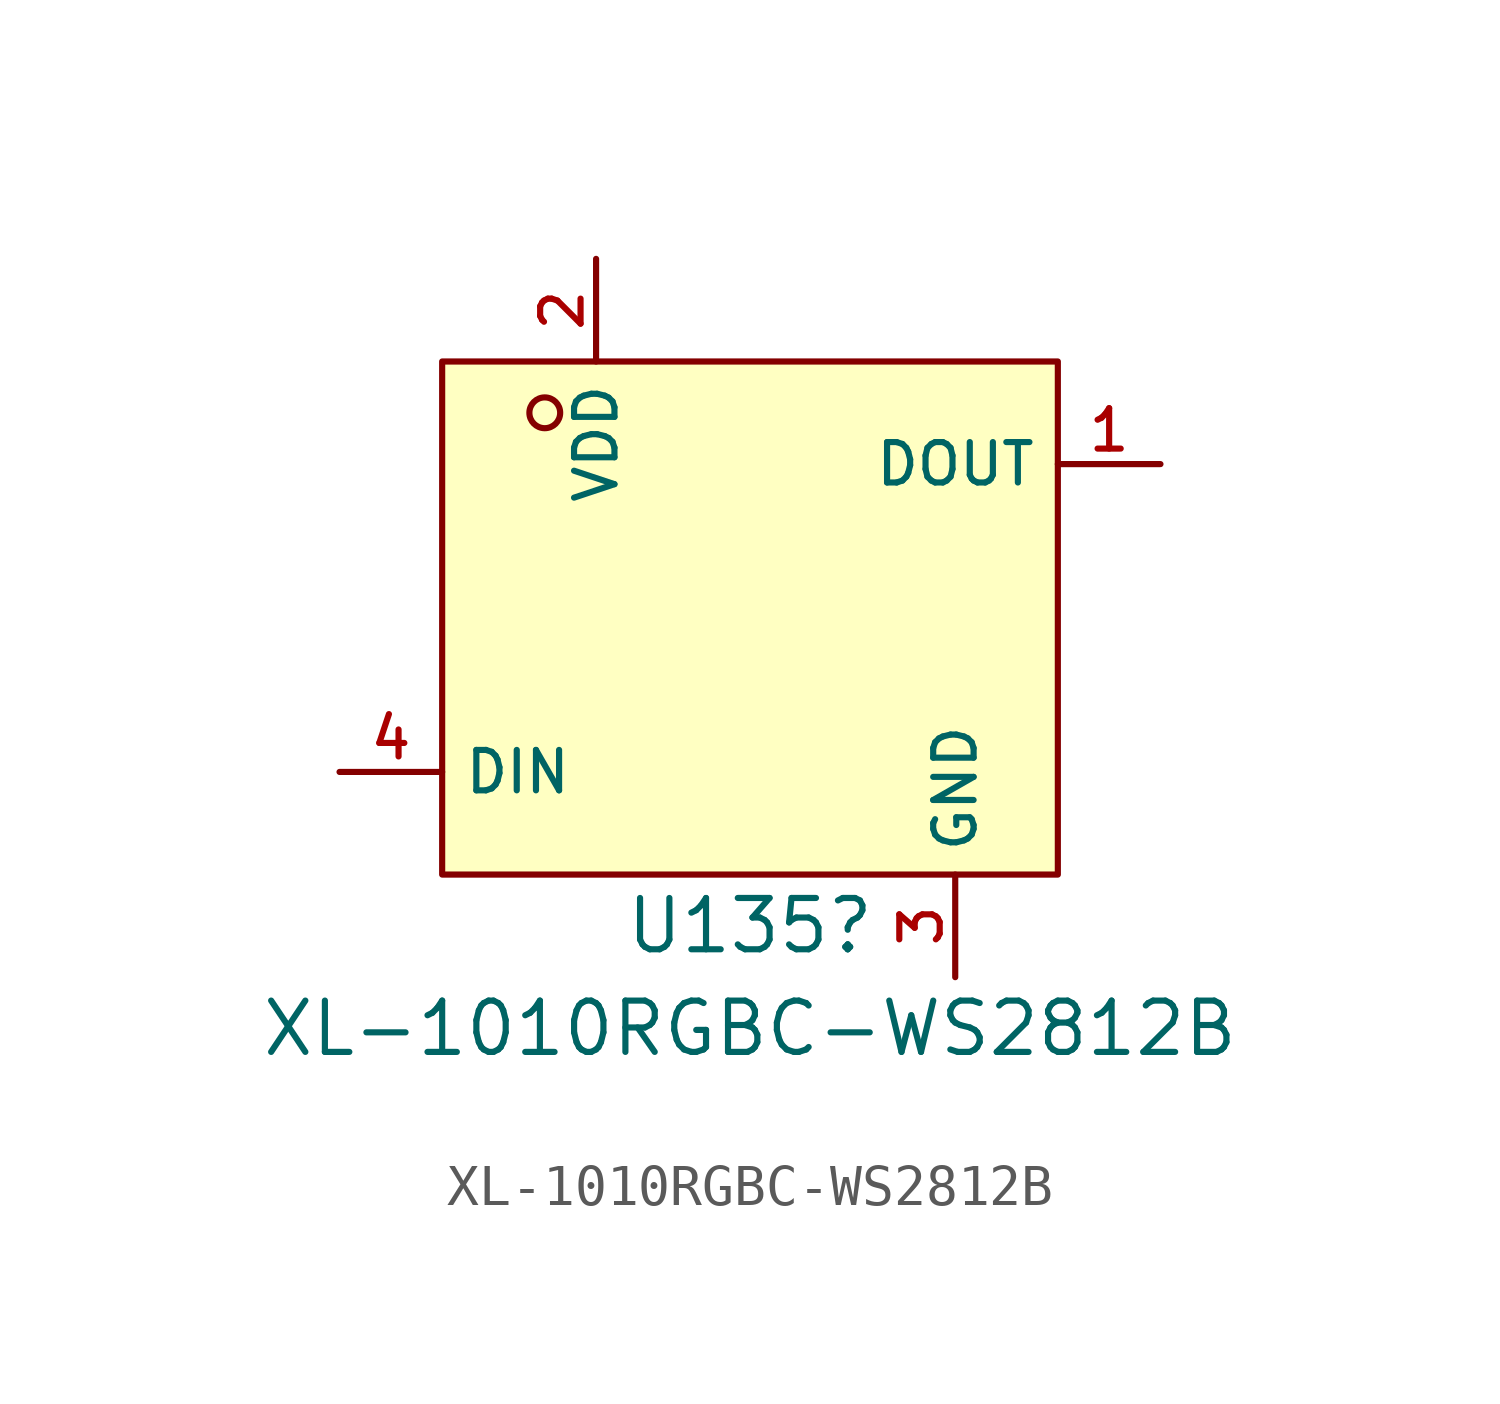
<source format=kicad_sym>
(kicad_symbol_lib
  (version 20220914)
  (generator kicad_symbol_editor)
  (symbol "XL-1010RGBC-WS2812B"
    (property "Reference" "U135"
      (at 0 -7.62 0)
      (effects (font (size 1.27 1.27))))
    (property "Value" "XL-1010RGBC-WS2812B"
      (at 0 -10.16 0)
      (effects (font (size 1.27 1.27))))
    (symbol "XL-1010RGBC-WS2812B_0_1"
      (rectangle (start -7.62 6.35) (end 7.62 -6.35) (stroke (width 0) (type default)) (fill (type background)))
      (circle (center -5.08 5.08) (radius 0.381) (stroke (width 0) (type default)) (fill (type background)))
      (pin unspecified line (at 10.16 3.81 180) (length 2.54) (name "DOUT" (effects (font (size 1 1)))) (number "1" (effects (font (size 1 1)))))
      (pin unspecified line (at -3.81 8.89 270) (length 2.54) (name "VDD" (effects (font (size 1 1)))) (number "2" (effects (font (size 1 1)))))
      (pin unspecified line (at 5.08 -8.89 90) (length 2.54) (name "GND" (effects (font (size 1 1)))) (number "3" (effects (font (size 1 1)))))
      (pin unspecified line (at -10.16 -3.81 0) (length 2.54) (name "DIN" (effects (font (size 1 1)))) (number "4" (effects (font (size 1 1))))))))
</source>
